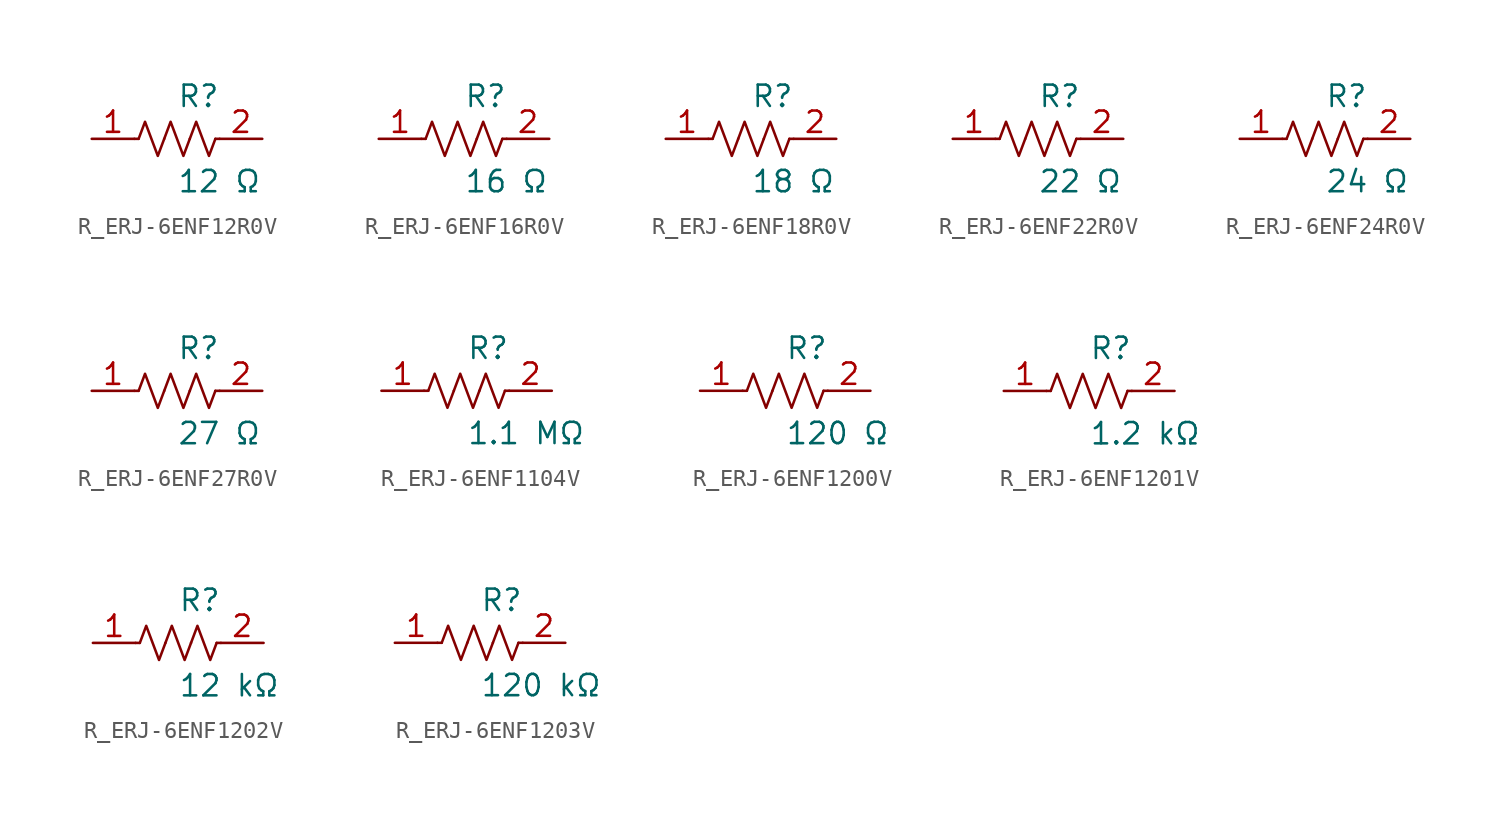
<source format=kicad_sym>
(kicad_symbol_lib
  (version 20231120)
  (generator kicad_symbol_editor)
  (generator_version 8.0)
  (symbol "R_ERJ-6ENF12R0V"
    (pin_names
      (offset 0.254))
    (property "Reference" "R"
      (at 0.0 2.54 0)
      (effects (font (size 1.27 1.27)) (justify left)))
    (property "Value" "12 Ω"
      (at 0.0 -2.54 0)
      (effects (font (size 1.27 1.27)) (justify left)))
    (symbol "R_ERJ-6ENF12R0V_0_1"
      (polyline (pts (xy 2.286 0) (xy 2.54 0)) (stroke (width 0) (type default)) (fill (type none)))
      (polyline (pts (xy -2.286 0) (xy -2.54 0)) (stroke (width 0) (type default)) (fill (type none)))
      (polyline (pts (xy 0.762 0) (xy 1.143 1.016) (xy 1.524 0) (xy 1.905 -1.016) (xy 2.286 0)) (stroke (width 0) (type default)) (fill (type none)))
      (polyline (pts (xy -0.762 0) (xy -0.381 1.016) (xy 0 0) (xy 0.381 -1.016) (xy 0.762 0)) (stroke (width 0) (type default)) (fill (type none)))
      (polyline (pts (xy -2.286 0) (xy -1.905 1.016) (xy -1.524 0) (xy -1.143 -1.016) (xy -0.762 0)) (stroke (width 0) (type default)) (fill (type none))))
    (pin unspecified line
      (at -5.08 0 0)
      (length 2.54)
      (name "" (effects (font (size 1.27 1.27))))
      (number "1" (effects (font (size 1.27 1.27)))))
    (pin unspecified line
      (at 5.08 0 180)
      (length 2.54)
      (name "" (effects (font (size 1.27 1.27))))
      (number "2" (effects (font (size 1.27 1.27))))))
  (symbol "R_ERJ-6ENF16R0V"
    (pin_names
      (offset 0.254))
    (property "Reference" "R"
      (at 0.0 2.54 0)
      (effects (font (size 1.27 1.27)) (justify left)))
    (property "Value" "16 Ω"
      (at 0.0 -2.54 0)
      (effects (font (size 1.27 1.27)) (justify left)))
    (symbol "R_ERJ-6ENF16R0V_0_1"
      (polyline (pts (xy 2.286 0) (xy 2.54 0)) (stroke (width 0) (type default)) (fill (type none)))
      (polyline (pts (xy -2.286 0) (xy -2.54 0)) (stroke (width 0) (type default)) (fill (type none)))
      (polyline (pts (xy 0.762 0) (xy 1.143 1.016) (xy 1.524 0) (xy 1.905 -1.016) (xy 2.286 0)) (stroke (width 0) (type default)) (fill (type none)))
      (polyline (pts (xy -0.762 0) (xy -0.381 1.016) (xy 0 0) (xy 0.381 -1.016) (xy 0.762 0)) (stroke (width 0) (type default)) (fill (type none)))
      (polyline (pts (xy -2.286 0) (xy -1.905 1.016) (xy -1.524 0) (xy -1.143 -1.016) (xy -0.762 0)) (stroke (width 0) (type default)) (fill (type none))))
    (pin unspecified line
      (at -5.08 0 0)
      (length 2.54)
      (name "" (effects (font (size 1.27 1.27))))
      (number "1" (effects (font (size 1.27 1.27)))))
    (pin unspecified line
      (at 5.08 0 180)
      (length 2.54)
      (name "" (effects (font (size 1.27 1.27))))
      (number "2" (effects (font (size 1.27 1.27))))))
  (symbol "R_ERJ-6ENF18R0V"
    (pin_names
      (offset 0.254))
    (property "Reference" "R"
      (at 0.0 2.54 0)
      (effects (font (size 1.27 1.27)) (justify left)))
    (property "Value" "18 Ω"
      (at 0.0 -2.54 0)
      (effects (font (size 1.27 1.27)) (justify left)))
    (symbol "R_ERJ-6ENF18R0V_0_1"
      (polyline (pts (xy 2.286 0) (xy 2.54 0)) (stroke (width 0) (type default)) (fill (type none)))
      (polyline (pts (xy -2.286 0) (xy -2.54 0)) (stroke (width 0) (type default)) (fill (type none)))
      (polyline (pts (xy 0.762 0) (xy 1.143 1.016) (xy 1.524 0) (xy 1.905 -1.016) (xy 2.286 0)) (stroke (width 0) (type default)) (fill (type none)))
      (polyline (pts (xy -0.762 0) (xy -0.381 1.016) (xy 0 0) (xy 0.381 -1.016) (xy 0.762 0)) (stroke (width 0) (type default)) (fill (type none)))
      (polyline (pts (xy -2.286 0) (xy -1.905 1.016) (xy -1.524 0) (xy -1.143 -1.016) (xy -0.762 0)) (stroke (width 0) (type default)) (fill (type none))))
    (pin unspecified line
      (at -5.08 0 0)
      (length 2.54)
      (name "" (effects (font (size 1.27 1.27))))
      (number "1" (effects (font (size 1.27 1.27)))))
    (pin unspecified line
      (at 5.08 0 180)
      (length 2.54)
      (name "" (effects (font (size 1.27 1.27))))
      (number "2" (effects (font (size 1.27 1.27))))))
  (symbol "R_ERJ-6ENF22R0V"
    (pin_names
      (offset 0.254))
    (property "Reference" "R"
      (at 0.0 2.54 0)
      (effects (font (size 1.27 1.27)) (justify left)))
    (property "Value" "22 Ω"
      (at 0.0 -2.54 0)
      (effects (font (size 1.27 1.27)) (justify left)))
    (symbol "R_ERJ-6ENF22R0V_0_1"
      (polyline (pts (xy 2.286 0) (xy 2.54 0)) (stroke (width 0) (type default)) (fill (type none)))
      (polyline (pts (xy -2.286 0) (xy -2.54 0)) (stroke (width 0) (type default)) (fill (type none)))
      (polyline (pts (xy 0.762 0) (xy 1.143 1.016) (xy 1.524 0) (xy 1.905 -1.016) (xy 2.286 0)) (stroke (width 0) (type default)) (fill (type none)))
      (polyline (pts (xy -0.762 0) (xy -0.381 1.016) (xy 0 0) (xy 0.381 -1.016) (xy 0.762 0)) (stroke (width 0) (type default)) (fill (type none)))
      (polyline (pts (xy -2.286 0) (xy -1.905 1.016) (xy -1.524 0) (xy -1.143 -1.016) (xy -0.762 0)) (stroke (width 0) (type default)) (fill (type none))))
    (pin unspecified line
      (at -5.08 0 0)
      (length 2.54)
      (name "" (effects (font (size 1.27 1.27))))
      (number "1" (effects (font (size 1.27 1.27)))))
    (pin unspecified line
      (at 5.08 0 180)
      (length 2.54)
      (name "" (effects (font (size 1.27 1.27))))
      (number "2" (effects (font (size 1.27 1.27))))))
  (symbol "R_ERJ-6ENF24R0V"
    (pin_names
      (offset 0.254))
    (property "Reference" "R"
      (at 0.0 2.54 0)
      (effects (font (size 1.27 1.27)) (justify left)))
    (property "Value" "24 Ω"
      (at 0.0 -2.54 0)
      (effects (font (size 1.27 1.27)) (justify left)))
    (symbol "R_ERJ-6ENF24R0V_0_1"
      (polyline (pts (xy 2.286 0) (xy 2.54 0)) (stroke (width 0) (type default)) (fill (type none)))
      (polyline (pts (xy -2.286 0) (xy -2.54 0)) (stroke (width 0) (type default)) (fill (type none)))
      (polyline (pts (xy 0.762 0) (xy 1.143 1.016) (xy 1.524 0) (xy 1.905 -1.016) (xy 2.286 0)) (stroke (width 0) (type default)) (fill (type none)))
      (polyline (pts (xy -0.762 0) (xy -0.381 1.016) (xy 0 0) (xy 0.381 -1.016) (xy 0.762 0)) (stroke (width 0) (type default)) (fill (type none)))
      (polyline (pts (xy -2.286 0) (xy -1.905 1.016) (xy -1.524 0) (xy -1.143 -1.016) (xy -0.762 0)) (stroke (width 0) (type default)) (fill (type none))))
    (pin unspecified line
      (at -5.08 0 0)
      (length 2.54)
      (name "" (effects (font (size 1.27 1.27))))
      (number "1" (effects (font (size 1.27 1.27)))))
    (pin unspecified line
      (at 5.08 0 180)
      (length 2.54)
      (name "" (effects (font (size 1.27 1.27))))
      (number "2" (effects (font (size 1.27 1.27))))))
  (symbol "R_ERJ-6ENF27R0V"
    (pin_names
      (offset 0.254))
    (property "Reference" "R"
      (at 0.0 2.54 0)
      (effects (font (size 1.27 1.27)) (justify left)))
    (property "Value" "27 Ω"
      (at 0.0 -2.54 0)
      (effects (font (size 1.27 1.27)) (justify left)))
    (symbol "R_ERJ-6ENF27R0V_0_1"
      (polyline (pts (xy 2.286 0) (xy 2.54 0)) (stroke (width 0) (type default)) (fill (type none)))
      (polyline (pts (xy -2.286 0) (xy -2.54 0)) (stroke (width 0) (type default)) (fill (type none)))
      (polyline (pts (xy 0.762 0) (xy 1.143 1.016) (xy 1.524 0) (xy 1.905 -1.016) (xy 2.286 0)) (stroke (width 0) (type default)) (fill (type none)))
      (polyline (pts (xy -0.762 0) (xy -0.381 1.016) (xy 0 0) (xy 0.381 -1.016) (xy 0.762 0)) (stroke (width 0) (type default)) (fill (type none)))
      (polyline (pts (xy -2.286 0) (xy -1.905 1.016) (xy -1.524 0) (xy -1.143 -1.016) (xy -0.762 0)) (stroke (width 0) (type default)) (fill (type none))))
    (pin unspecified line
      (at -5.08 0 0)
      (length 2.54)
      (name "" (effects (font (size 1.27 1.27))))
      (number "1" (effects (font (size 1.27 1.27)))))
    (pin unspecified line
      (at 5.08 0 180)
      (length 2.54)
      (name "" (effects (font (size 1.27 1.27))))
      (number "2" (effects (font (size 1.27 1.27))))))
  (symbol "R_ERJ-6ENF1104V"
    (pin_names
      (offset 0.254))
    (property "Reference" "R"
      (at 0.0 2.54 0)
      (effects (font (size 1.27 1.27)) (justify left)))
    (property "Value" "1.1 MΩ"
      (at 0.0 -2.54 0)
      (effects (font (size 1.27 1.27)) (justify left)))
    (symbol "R_ERJ-6ENF1104V_0_1"
      (polyline (pts (xy 2.286 0) (xy 2.54 0)) (stroke (width 0) (type default)) (fill (type none)))
      (polyline (pts (xy -2.286 0) (xy -2.54 0)) (stroke (width 0) (type default)) (fill (type none)))
      (polyline (pts (xy 0.762 0) (xy 1.143 1.016) (xy 1.524 0) (xy 1.905 -1.016) (xy 2.286 0)) (stroke (width 0) (type default)) (fill (type none)))
      (polyline (pts (xy -0.762 0) (xy -0.381 1.016) (xy 0 0) (xy 0.381 -1.016) (xy 0.762 0)) (stroke (width 0) (type default)) (fill (type none)))
      (polyline (pts (xy -2.286 0) (xy -1.905 1.016) (xy -1.524 0) (xy -1.143 -1.016) (xy -0.762 0)) (stroke (width 0) (type default)) (fill (type none))))
    (pin unspecified line
      (at -5.08 0 0)
      (length 2.54)
      (name "" (effects (font (size 1.27 1.27))))
      (number "1" (effects (font (size 1.27 1.27)))))
    (pin unspecified line
      (at 5.08 0 180)
      (length 2.54)
      (name "" (effects (font (size 1.27 1.27))))
      (number "2" (effects (font (size 1.27 1.27))))))
  (symbol "R_ERJ-6ENF1200V"
    (pin_names
      (offset 0.254))
    (property "Reference" "R"
      (at 0.0 2.54 0)
      (effects (font (size 1.27 1.27)) (justify left)))
    (property "Value" "120 Ω"
      (at 0.0 -2.54 0)
      (effects (font (size 1.27 1.27)) (justify left)))
    (symbol "R_ERJ-6ENF1200V_0_1"
      (polyline (pts (xy 2.286 0) (xy 2.54 0)) (stroke (width 0) (type default)) (fill (type none)))
      (polyline (pts (xy -2.286 0) (xy -2.54 0)) (stroke (width 0) (type default)) (fill (type none)))
      (polyline (pts (xy 0.762 0) (xy 1.143 1.016) (xy 1.524 0) (xy 1.905 -1.016) (xy 2.286 0)) (stroke (width 0) (type default)) (fill (type none)))
      (polyline (pts (xy -0.762 0) (xy -0.381 1.016) (xy 0 0) (xy 0.381 -1.016) (xy 0.762 0)) (stroke (width 0) (type default)) (fill (type none)))
      (polyline (pts (xy -2.286 0) (xy -1.905 1.016) (xy -1.524 0) (xy -1.143 -1.016) (xy -0.762 0)) (stroke (width 0) (type default)) (fill (type none))))
    (pin unspecified line
      (at -5.08 0 0)
      (length 2.54)
      (name "" (effects (font (size 1.27 1.27))))
      (number "1" (effects (font (size 1.27 1.27)))))
    (pin unspecified line
      (at 5.08 0 180)
      (length 2.54)
      (name "" (effects (font (size 1.27 1.27))))
      (number "2" (effects (font (size 1.27 1.27))))))
  (symbol "R_ERJ-6ENF1201V"
    (pin_names
      (offset 0.254))
    (property "Reference" "R"
      (at 0.0 2.54 0)
      (effects (font (size 1.27 1.27)) (justify left)))
    (property "Value" "1.2 kΩ"
      (at 0.0 -2.54 0)
      (effects (font (size 1.27 1.27)) (justify left)))
    (symbol "R_ERJ-6ENF1201V_0_1"
      (polyline (pts (xy 2.286 0) (xy 2.54 0)) (stroke (width 0) (type default)) (fill (type none)))
      (polyline (pts (xy -2.286 0) (xy -2.54 0)) (stroke (width 0) (type default)) (fill (type none)))
      (polyline (pts (xy 0.762 0) (xy 1.143 1.016) (xy 1.524 0) (xy 1.905 -1.016) (xy 2.286 0)) (stroke (width 0) (type default)) (fill (type none)))
      (polyline (pts (xy -0.762 0) (xy -0.381 1.016) (xy 0 0) (xy 0.381 -1.016) (xy 0.762 0)) (stroke (width 0) (type default)) (fill (type none)))
      (polyline (pts (xy -2.286 0) (xy -1.905 1.016) (xy -1.524 0) (xy -1.143 -1.016) (xy -0.762 0)) (stroke (width 0) (type default)) (fill (type none))))
    (pin unspecified line
      (at -5.08 0 0)
      (length 2.54)
      (name "" (effects (font (size 1.27 1.27))))
      (number "1" (effects (font (size 1.27 1.27)))))
    (pin unspecified line
      (at 5.08 0 180)
      (length 2.54)
      (name "" (effects (font (size 1.27 1.27))))
      (number "2" (effects (font (size 1.27 1.27))))))
  (symbol "R_ERJ-6ENF1202V"
    (pin_names
      (offset 0.254))
    (property "Reference" "R"
      (at 0.0 2.54 0)
      (effects (font (size 1.27 1.27)) (justify left)))
    (property "Value" "12 kΩ"
      (at 0.0 -2.54 0)
      (effects (font (size 1.27 1.27)) (justify left)))
    (symbol "R_ERJ-6ENF1202V_0_1"
      (polyline (pts (xy 2.286 0) (xy 2.54 0)) (stroke (width 0) (type default)) (fill (type none)))
      (polyline (pts (xy -2.286 0) (xy -2.54 0)) (stroke (width 0) (type default)) (fill (type none)))
      (polyline (pts (xy 0.762 0) (xy 1.143 1.016) (xy 1.524 0) (xy 1.905 -1.016) (xy 2.286 0)) (stroke (width 0) (type default)) (fill (type none)))
      (polyline (pts (xy -0.762 0) (xy -0.381 1.016) (xy 0 0) (xy 0.381 -1.016) (xy 0.762 0)) (stroke (width 0) (type default)) (fill (type none)))
      (polyline (pts (xy -2.286 0) (xy -1.905 1.016) (xy -1.524 0) (xy -1.143 -1.016) (xy -0.762 0)) (stroke (width 0) (type default)) (fill (type none))))
    (pin unspecified line
      (at -5.08 0 0)
      (length 2.54)
      (name "" (effects (font (size 1.27 1.27))))
      (number "1" (effects (font (size 1.27 1.27)))))
    (pin unspecified line
      (at 5.08 0 180)
      (length 2.54)
      (name "" (effects (font (size 1.27 1.27))))
      (number "2" (effects (font (size 1.27 1.27))))))
  (symbol "R_ERJ-6ENF1203V"
    (pin_names
      (offset 0.254))
    (property "Reference" "R"
      (at 0.0 2.54 0)
      (effects (font (size 1.27 1.27)) (justify left)))
    (property "Value" "120 kΩ"
      (at 0.0 -2.54 0)
      (effects (font (size 1.27 1.27)) (justify left)))
    (symbol "R_ERJ-6ENF1203V_0_1"
      (polyline (pts (xy 2.286 0) (xy 2.54 0)) (stroke (width 0) (type default)) (fill (type none)))
      (polyline (pts (xy -2.286 0) (xy -2.54 0)) (stroke (width 0) (type default)) (fill (type none)))
      (polyline (pts (xy 0.762 0) (xy 1.143 1.016) (xy 1.524 0) (xy 1.905 -1.016) (xy 2.286 0)) (stroke (width 0) (type default)) (fill (type none)))
      (polyline (pts (xy -0.762 0) (xy -0.381 1.016) (xy 0 0) (xy 0.381 -1.016) (xy 0.762 0)) (stroke (width 0) (type default)) (fill (type none)))
      (polyline (pts (xy -2.286 0) (xy -1.905 1.016) (xy -1.524 0) (xy -1.143 -1.016) (xy -0.762 0)) (stroke (width 0) (type default)) (fill (type none))))
    (pin unspecified line
      (at -5.08 0 0)
      (length 2.54)
      (name "" (effects (font (size 1.27 1.27))))
      (number "1" (effects (font (size 1.27 1.27)))))
    (pin unspecified line
      (at 5.08 0 180)
      (length 2.54)
      (name "" (effects (font (size 1.27 1.27))))
      (number "2" (effects (font (size 1.27 1.27)))))))
</source>
